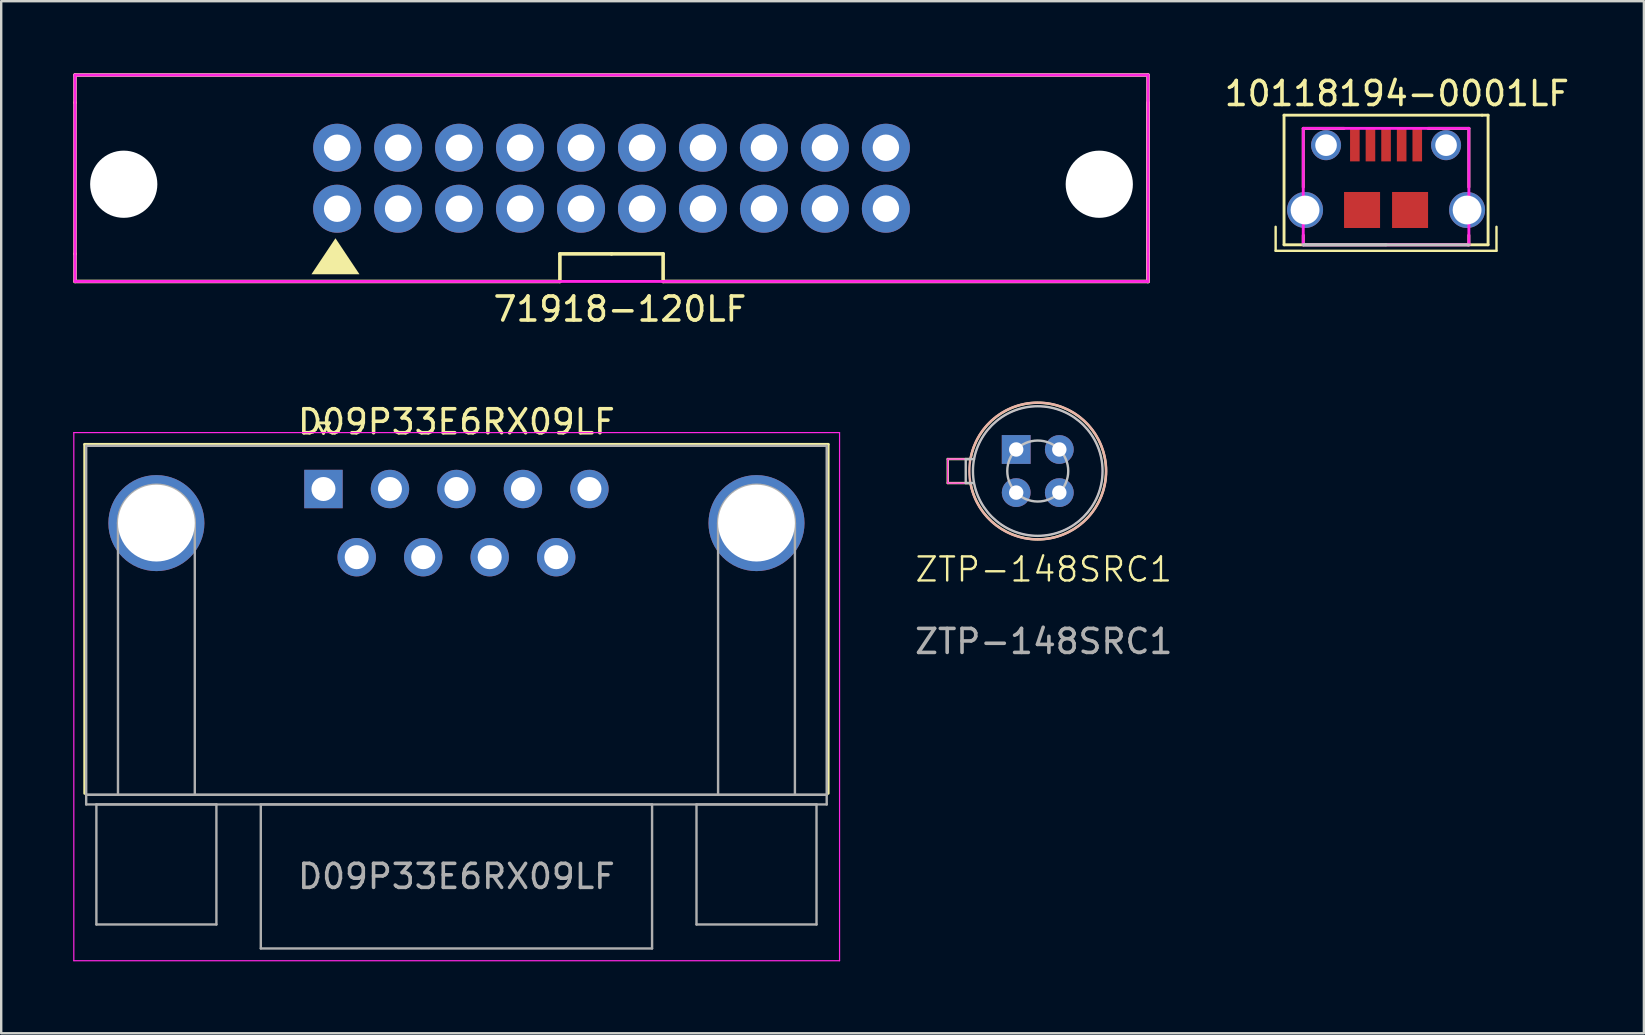
<source format=kicad_pcb>
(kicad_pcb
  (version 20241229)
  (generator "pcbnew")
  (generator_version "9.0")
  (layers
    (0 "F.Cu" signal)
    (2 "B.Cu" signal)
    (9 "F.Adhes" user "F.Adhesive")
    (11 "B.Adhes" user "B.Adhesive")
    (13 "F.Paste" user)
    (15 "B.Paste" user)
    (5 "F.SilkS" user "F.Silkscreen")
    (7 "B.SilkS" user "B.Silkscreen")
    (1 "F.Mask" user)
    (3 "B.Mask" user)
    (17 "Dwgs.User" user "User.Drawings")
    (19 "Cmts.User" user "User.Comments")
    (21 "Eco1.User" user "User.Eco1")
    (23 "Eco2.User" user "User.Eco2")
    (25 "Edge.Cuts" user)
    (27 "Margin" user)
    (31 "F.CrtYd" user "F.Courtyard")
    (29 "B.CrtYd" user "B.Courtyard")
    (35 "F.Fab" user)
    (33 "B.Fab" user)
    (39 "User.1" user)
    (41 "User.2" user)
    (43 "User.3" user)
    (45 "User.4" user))
  (footprint "10118194-0001LF"
    (layer "F.Cu")
    (at 54.692 2.998)
    (property "Reference" "10118194-0001LF" (at 0.45 -2.15 180) (layer "F.SilkS") (effects (font (size 1 1) (thickness 0.15))))
    (fp_line (start -4.6 3.4) (end -4.6 4.4) (stroke (width 0.1) (type default)) (layer "F.SilkS"))
    (fp_line (start -4.6 4.4) (end 4.6 4.4) (stroke (width 0.1) (type default)) (layer "F.SilkS"))
    (fp_line (start -4.25 -1.25) (end 4 -1.25) (stroke (width 0.12) (type solid)) (layer "F.SilkS"))
    (fp_line (start -4.25 4.15) (end -4.25 -1.25) (stroke (width 0.12) (type solid)) (layer "F.SilkS"))
    (fp_line (start -3.45 -0.7) (end -1.75 -0.7) (stroke (width 0.12) (type solid)) (layer "F.SilkS"))
    (fp_line (start -3.45 1.75) (end -3.45 -0.7) (stroke (width 0.12) (type solid)) (layer "F.SilkS"))
    (fp_line (start -3.45 4.15) (end -4.25 4.15) (stroke (width 0.12) (type solid)) (layer "F.SilkS"))
    (fp_line (start -3.45 4.15) (end -3.45 3.75) (stroke (width 0.12) (type solid)) (layer "F.SilkS"))
    (fp_line (start -3.45 4.15) (end 3.45 4.15) (stroke (width 0.12) (type solid)) (layer "F.SilkS"))
    (fp_line (start 1.75 -0.7) (end 3.45 -0.7) (stroke (width 0.12) (type solid)) (layer "F.SilkS"))
    (fp_line (start 3.45 -0.7) (end 3.45 1.75) (stroke (width 0.12) (type solid)) (layer "F.SilkS"))
    (fp_line (start 3.45 4.15) (end 3.45 3.75) (stroke (width 0.12) (type solid)) (layer "F.SilkS"))
    (fp_line (start 4 -1.25) (end 4.25 -1.25) (stroke (width 0.12) (type solid)) (layer "F.SilkS"))
    (fp_line (start 4.25 -1.25) (end 4.25 4.15) (stroke (width 0.12) (type solid)) (layer "F.SilkS"))
    (fp_line (start 4.25 4.15) (end 3.4 4.15) (stroke (width 0.12) (type solid)) (layer "F.SilkS"))
    (fp_line (start 4.6 4.4) (end 4.6 3.4) (stroke (width 0.1) (type default)) (layer "F.SilkS"))
    (fp_line (start -3.45 4.15) (end 0 4.15) (stroke (width 0.12) (type solid)) (layer "Dwgs.User"))
    (fp_line (start 0 4.15) (end -3.45 4.15) (stroke (width 0.12) (type solid)) (layer "Dwgs.User"))
    (fp_line (start 0 4.15) (end 3.45 4.15) (stroke (width 0.12) (type solid)) (layer "Dwgs.User"))
    (fp_line (start -3.45 -0.7) (end -3.45 4.15) (stroke (width 0.12) (type solid)) (layer "F.CrtYd"))
    (fp_line (start -3.45 4.15) (end 3.45 4.15) (stroke (width 0.12) (type solid)) (layer "F.CrtYd"))
    (fp_line (start 3.45 -0.7) (end -3.45 -0.7) (stroke (width 0.12) (type solid)) (layer "F.CrtYd"))
    (fp_line (start 3.45 4.15) (end 3.45 -0.7) (stroke (width 0.12) (type solid)) (layer "F.CrtYd"))
    (pad "1" smd rect (at -1.3 0) (size 0.4 1.35) (layers "F.Cu" "F.Mask" "F.Paste"))
    (pad "2" smd rect (at -0.65 0) (size 0.4 1.35) (layers "F.Cu" "F.Mask" "F.Paste"))
    (pad "3" smd rect (at 0 0) (size 0.4 1.35) (layers "F.Cu" "F.Mask" "F.Paste"))
    (pad "4" smd rect (at 0.65 0) (size 0.4 1.35) (layers "F.Cu" "F.Mask" "F.Paste"))
    (pad "5" smd rect (at 1.3 0) (size 0.4 1.35) (layers "F.Cu" "F.Mask" "F.Paste"))
    (pad "6" thru_hole circle (at -3.375 2.7) (size 1.5 1.5) (drill 1.2) (layers "*.Cu" "*.Mask"))
    (pad "6" thru_hole circle (at -2.5 0) (size 1.25 1.25) (drill 0.9) (layers "*.Cu" "*.Mask"))
    (pad "6" smd rect (at -1 2.7) (size 1.5 1.5) (layers "F.Cu" "F.Mask" "F.Paste"))
    (pad "6" smd rect (at 1 2.7) (size 1.5 1.5) (layers "F.Cu" "F.Mask" "F.Paste"))
    (pad "6" thru_hole circle (at 2.5 0) (size 1.25 1.25) (drill 0.9) (layers "*.Cu" "*.Mask"))
    (pad "6" thru_hole circle (at 3.375 2.7) (size 1.5 1.5) (drill 1.2) (layers "*.Cu" "*.Mask")))
  (footprint "D09P33E6RX09LF"
    (layer "F.Cu")
    (at 10.425 17.322)
    (property "Reference" "D09P33E6RX09LF" (at 5.54 -2.8 0) (layer "F.SilkS") (effects (font (size 1 1) (thickness 0.15))))
    (attr through_hole)
    (fp_line (start -9.945 -1.86) (end 21.025 -1.86) (stroke (width 0.12) (type solid)) (layer "F.SilkS"))
    (fp_line (start -9.945 12.68) (end -9.945 -1.86) (stroke (width 0.12) (type solid)) (layer "F.SilkS"))
    (fp_line (start -0.25 -2.754) (end 0.25 -2.754) (stroke (width 0.12) (type solid)) (layer "F.SilkS"))
    (fp_line (start 0 -2.321) (end -0.25 -2.754) (stroke (width 0.12) (type solid)) (layer "F.SilkS"))
    (fp_line (start 0.25 -2.754) (end 0 -2.321) (stroke (width 0.12) (type solid)) (layer "F.SilkS"))
    (fp_line (start 21.025 -1.86) (end 21.025 12.68) (stroke (width 0.12) (type solid)) (layer "F.SilkS"))
    (fp_line (start -10.4 -2.35) (end -10.4 19.65) (stroke (width 0.05) (type solid)) (layer "F.CrtYd"))
    (fp_line (start -10.4 19.65) (end 21.5 19.65) (stroke (width 0.05) (type solid)) (layer "F.CrtYd"))
    (fp_line (start 21.5 -2.35) (end -10.4 -2.35) (stroke (width 0.05) (type solid)) (layer "F.CrtYd"))
    (fp_line (start 21.5 19.65) (end 21.5 -2.35) (stroke (width 0.05) (type solid)) (layer "F.CrtYd"))
    (fp_line (start -9.885 -1.8) (end -9.885 12.74) (stroke (width 0.1) (type solid)) (layer "F.Fab"))
    (fp_line (start -9.885 12.74) (end -9.885 13.14) (stroke (width 0.1) (type solid)) (layer "F.Fab"))
    (fp_line (start -9.885 12.74) (end 20.965 12.74) (stroke (width 0.1) (type solid)) (layer "F.Fab"))
    (fp_line (start -9.885 13.14) (end 20.965 13.14) (stroke (width 0.1) (type solid)) (layer "F.Fab"))
    (fp_line (start -9.46 13.14) (end -9.46 18.14) (stroke (width 0.1) (type solid)) (layer "F.Fab"))
    (fp_line (start -9.46 18.14) (end -4.46 18.14) (stroke (width 0.1) (type solid)) (layer "F.Fab"))
    (fp_line (start -8.56 12.74) (end -8.56 1.42) (stroke (width 0.1) (type solid)) (layer "F.Fab"))
    (fp_line (start -5.36 12.74) (end -5.36 1.42) (stroke (width 0.1) (type solid)) (layer "F.Fab"))
    (fp_line (start -4.46 13.14) (end -9.46 13.14) (stroke (width 0.1) (type solid)) (layer "F.Fab"))
    (fp_line (start -4.46 18.14) (end -4.46 13.14) (stroke (width 0.1) (type solid)) (layer "F.Fab"))
    (fp_line (start -2.61 13.14) (end -2.61 19.14) (stroke (width 0.1) (type solid)) (layer "F.Fab"))
    (fp_line (start -2.61 19.14) (end 13.69 19.14) (stroke (width 0.1) (type solid)) (layer "F.Fab"))
    (fp_line (start 13.69 13.14) (end -2.61 13.14) (stroke (width 0.1) (type solid)) (layer "F.Fab"))
    (fp_line (start 13.69 19.14) (end 13.69 13.14) (stroke (width 0.1) (type solid)) (layer "F.Fab"))
    (fp_line (start 15.54 13.14) (end 15.54 18.14) (stroke (width 0.1) (type solid)) (layer "F.Fab"))
    (fp_line (start 15.54 18.14) (end 20.54 18.14) (stroke (width 0.1) (type solid)) (layer "F.Fab"))
    (fp_line (start 16.44 12.74) (end 16.44 1.42) (stroke (width 0.1) (type solid)) (layer "F.Fab"))
    (fp_line (start 19.64 12.74) (end 19.64 1.42) (stroke (width 0.1) (type solid)) (layer "F.Fab"))
    (fp_line (start 20.54 13.14) (end 15.54 13.14) (stroke (width 0.1) (type solid)) (layer "F.Fab"))
    (fp_line (start 20.54 18.14) (end 20.54 13.14) (stroke (width 0.1) (type solid)) (layer "F.Fab"))
    (fp_line (start 20.965 -1.8) (end -9.885 -1.8) (stroke (width 0.1) (type solid)) (layer "F.Fab"))
    (fp_line (start 20.965 12.74) (end -9.885 12.74) (stroke (width 0.1) (type solid)) (layer "F.Fab"))
    (fp_line (start 20.965 12.74) (end 20.965 -1.8) (stroke (width 0.1) (type solid)) (layer "F.Fab"))
    (fp_line (start 20.965 13.14) (end 20.965 12.74) (stroke (width 0.1) (type solid)) (layer "F.Fab"))
    (fp_arc (start -8.56 1.42) (mid -6.96 -0.18) (end -5.36 1.42) (stroke (width 0.1) (type solid)) (layer "F.Fab"))
    (fp_arc (start 16.44 1.42) (mid 18.04 -0.18) (end 19.64 1.42) (stroke (width 0.1) (type solid)) (layer "F.Fab"))
    (fp_text user "${REFERENCE}" (at 5.54 16.14 0) (layer "F.Fab") (effects (font (size 1 1) (thickness 0.15))))
    (pad "0" thru_hole circle (at -6.96 1.42) (size 4 4) (drill 3.2) (layers "*.Cu" "*.Mask"))
    (pad "0" thru_hole circle (at 18.04 1.42) (size 4 4) (drill 3.2) (layers "*.Cu" "*.Mask"))
    (pad "1" thru_hole rect (at 0 0) (size 1.6 1.6) (drill 1) (layers "*.Cu" "*.Mask"))
    (pad "2" thru_hole circle (at 2.77 0) (size 1.6 1.6) (drill 1) (layers "*.Cu" "*.Mask"))
    (pad "3" thru_hole circle (at 5.54 0) (size 1.6 1.6) (drill 1) (layers "*.Cu" "*.Mask"))
    (pad "4" thru_hole circle (at 8.31 0) (size 1.6 1.6) (drill 1) (layers "*.Cu" "*.Mask"))
    (pad "5" thru_hole circle (at 11.08 0) (size 1.6 1.6) (drill 1) (layers "*.Cu" "*.Mask"))
    (pad "6" thru_hole circle (at 1.385 2.84) (size 1.6 1.6) (drill 1) (layers "*.Cu" "*.Mask"))
    (pad "7" thru_hole circle (at 4.155 2.84) (size 1.6 1.6) (drill 1) (layers "*.Cu" "*.Mask"))
    (pad "8" thru_hole circle (at 6.925 2.84) (size 1.6 1.6) (drill 1) (layers "*.Cu" "*.Mask"))
    (pad "9" thru_hole circle (at 9.695 2.84) (size 1.6 1.6) (drill 1) (layers "*.Cu" "*.Mask")))
  (footprint "ZTP-148SRC1"
    (layer "F.Cu")
    (at 40.182 16.573)
    (property "Reference" "ZTP-148SRC1" (at 0.25 4.1 0) (unlocked yes) (layer "F.SilkS") (effects (font (size 1 1) (thickness 0.1))))
    (attr through_hole)
    (fp_line (start -3.75 -0.5) (end -2.8 -0.5) (stroke (width 0.1) (type default)) (layer "F.SilkS"))
    (fp_line (start -3.75 0.5) (end -3.75 -0.5) (stroke (width 0.1) (type default)) (layer "F.SilkS"))
    (fp_line (start -2.8 0.5) (end -3.75 0.5) (stroke (width 0.1) (type default)) (layer "F.SilkS"))
    (fp_arc (start -2.8 -0.5) (mid 2.844293 0) (end -2.8 0.5) (stroke (width 0.1) (type default)) (layer "F.SilkS"))
    (fp_circle (center 0 0) (end -2.85 0) (stroke (width 0.1) (type default)) (fill no) (layer "B.SilkS"))
    (fp_line (start -3 -0.5) (end -3 0.5) (stroke (width 0.1) (type default)) (layer "Dwgs.User"))
    (fp_line (start -3 -0.5) (end -2.653 -0.5) (stroke (width 0.1) (type default)) (layer "Dwgs.User"))
    (fp_line (start -2.7 0.5) (end -3 0.5) (stroke (width 0.1) (type default)) (layer "Dwgs.User"))
    (fp_circle (center 0 0) (end 1.27 0) (stroke (width 0.1) (type solid)) (fill no) (layer "Dwgs.User"))
    (fp_circle (center 0 0) (end 2.7 0) (stroke (width 0.1) (type default)) (fill no) (layer "Dwgs.User"))
    (fp_line (start -3.75 -0.5) (end -3.75 0.5) (stroke (width 0.05) (type default)) (layer "F.CrtYd"))
    (fp_line (start -3.75 0.5) (end -2.649 0.507) (stroke (width 0.05) (type default)) (layer "F.CrtYd"))
    (fp_line (start -2.65 -0.5) (end -3.75 -0.5) (stroke (width 0.05) (type default)) (layer "F.CrtYd"))
    (fp_arc (start -2.65 -0.5) (mid 2.696755 -0.003657) (end -2.648634 0.507185) (stroke (width 0.05) (type default)) (layer "F.CrtYd"))
    (fp_text user "${REFERENCE}" (at 0.25 7.1 0) (unlocked yes) (layer "F.Fab") (effects (font (size 1 1) (thickness 0.15))))
    (pad "1" thru_hole rect (at -0.898 -0.898) (size 1.2 1.2) (drill 0.6) (layers "*.Cu" "*.Mask"))
    (pad "2" thru_hole circle (at -0.898 0.898) (size 1.2 1.2) (drill 0.6) (layers "*.Cu" "*.Mask"))
    (pad "3" thru_hole circle (at 0.898 0.898) (size 1.2 1.2) (drill 0.6) (layers "*.Cu" "*.Mask"))
    (pad "4" thru_hole circle (at 0.898 -0.898) (size 1.2 1.2) (drill 0.6) (layers "*.Cu" "*.Mask")))
  (footprint "71918-120LF"
    (layer "F.Cu")
    (at 22.425 4.375)
    (property "Reference" "71918-120LF" (at 0.35 5.45 0) (layer "F.SilkS") (effects (font (size 1 1) (thickness 0.15))))
    (attr through_hole)
    (fp_line (start -22.35 -4.3) (end 22.35 -4.3) (stroke (width 0.15) (type solid)) (layer "F.SilkS"))
    (fp_line (start -22.35 -3.15) (end -22.35 -4.3) (stroke (width 0.15) (type solid)) (layer "F.SilkS"))
    (fp_line (start -22.35 3.15) (end -22.35 -3.15) (stroke (width 0.15) (type solid)) (layer "F.SilkS"))
    (fp_line (start -22.35 3.15) (end -22.35 4.3) (stroke (width 0.15) (type solid)) (layer "F.SilkS"))
    (fp_line (start -22.35 4.3) (end -2.15 4.3) (stroke (width 0.15) (type solid)) (layer "F.SilkS"))
    (fp_line (start -2.15 4.3) (end -2.15 3.15) (stroke (width 0.15) (type solid)) (layer "F.SilkS"))
    (fp_line (start 0 3.15) (end -2.15 3.15) (stroke (width 0.15) (type solid)) (layer "F.SilkS"))
    (fp_line (start 2.15 3.15) (end 0 3.15) (stroke (width 0.15) (type solid)) (layer "F.SilkS"))
    (fp_line (start 2.15 4.3) (end 2.15 3.15) (stroke (width 0.15) (type solid)) (layer "F.SilkS"))
    (fp_line (start 2.15 4.3) (end 22.35 4.3) (stroke (width 0.15) (type solid)) (layer "F.SilkS"))
    (fp_line (start 22.35 -4.3) (end 22.35 4.3) (stroke (width 0.15) (type solid)) (layer "F.SilkS"))
    (fp_line (start 22.35 -3.15) (end 22.35 3.15) (stroke (width 0.15) (type solid)) (layer "F.SilkS"))
    (fp_line (start 22.35 4.3) (end 22.35 3.15) (stroke (width 0.15) (type solid)) (layer "F.SilkS"))
    (fp_poly (pts (xy -11.5 2.5) (xy -12.5 4) (xy -10.5 4)) (stroke (width 0.001) (type solid)) (fill yes) (layer "F.SilkS"))
    (fp_line (start -22.35 -4.3) (end -22.35 4.3) (stroke (width 0.12) (type solid)) (layer "F.CrtYd"))
    (fp_line (start -22.35 4.3) (end 22.35 4.3) (stroke (width 0.12) (type solid)) (layer "F.CrtYd"))
    (fp_line (start 22.35 -4.3) (end -22.35 -4.3) (stroke (width 0.12) (type solid)) (layer "F.CrtYd"))
    (fp_line (start 22.35 4.3) (end 22.35 -4.3) (stroke (width 0.12) (type solid)) (layer "F.CrtYd"))
    (pad "" np_thru_hole circle (at -20.32 0.25) (size 2.8 2.8) (drill 2.8) (layers "*.Cu" "*.Mask"))
    (pad "" np_thru_hole circle (at 20.32 0.25) (size 2.8 2.8) (drill 2.8) (layers "*.Cu" "*.Mask"))
    (pad "1" thru_hole circle (at -11.43 1.27) (size 2 2) (drill 1.1) (layers "*.Cu" "*.Mask"))
    (pad "2" thru_hole circle (at -11.43 -1.27) (size 2 2) (drill 1.1) (layers "*.Cu" "*.Mask"))
    (pad "3" thru_hole circle (at -8.89 1.27) (size 2 2) (drill 1.1) (layers "*.Cu" "*.Mask"))
    (pad "4" thru_hole circle (at -8.89 -1.27) (size 2 2) (drill 1.1) (layers "*.Cu" "*.Mask"))
    (pad "5" thru_hole circle (at -6.35 1.27) (size 2 2) (drill 1.1) (layers "*.Cu" "*.Mask"))
    (pad "6" thru_hole circle (at -6.35 -1.27) (size 2 2) (drill 1.1) (layers "*.Cu" "*.Mask"))
    (pad "7" thru_hole circle (at -3.81 1.27) (size 2 2) (drill 1.1) (layers "*.Cu" "*.Mask"))
    (pad "8" thru_hole circle (at -3.81 -1.27) (size 2 2) (drill 1.1) (layers "*.Cu" "*.Mask"))
    (pad "9" thru_hole circle (at -1.27 1.27) (size 2 2) (drill 1.1) (layers "*.Cu" "*.Mask"))
    (pad "10" thru_hole circle (at -1.27 -1.27) (size 2 2) (drill 1.1) (layers "*.Cu" "*.Mask"))
    (pad "11" thru_hole circle (at 1.27 1.27) (size 2 2) (drill 1.1) (layers "*.Cu" "*.Mask"))
    (pad "12" thru_hole circle (at 1.27 -1.27) (size 2 2) (drill 1.1) (layers "*.Cu" "*.Mask"))
    (pad "13" thru_hole circle (at 3.81 1.27) (size 2 2) (drill 1.1) (layers "*.Cu" "*.Mask"))
    (pad "14" thru_hole circle (at 3.81 -1.27) (size 2 2) (drill 1.1) (layers "*.Cu" "*.Mask"))
    (pad "15" thru_hole circle (at 6.35 1.27) (size 2 2) (drill 1.1) (layers "*.Cu" "*.Mask"))
    (pad "16" thru_hole circle (at 6.35 -1.27) (size 2 2) (drill 1.1) (layers "*.Cu" "*.Mask"))
    (pad "17" thru_hole circle (at 8.89 1.27) (size 2 2) (drill 1.1) (layers "*.Cu" "*.Mask"))
    (pad "18" thru_hole circle (at 8.89 -1.27) (size 2 2) (drill 1.1) (layers "*.Cu" "*.Mask"))
    (pad "19" thru_hole circle (at 11.43 1.27) (size 2 2) (drill 1.1) (layers "*.Cu" "*.Mask"))
    (pad "20" thru_hole circle (at 11.43 -1.27) (size 2 2) (drill 1.1) (layers "*.Cu" "*.Mask")))
  (gr_rect
    (start -3 -3)
    (end 65.433 39.996)
    (stroke (width 0.1) (type default))
    (fill no)
    (layer "Edge.Cuts")))
</source>
